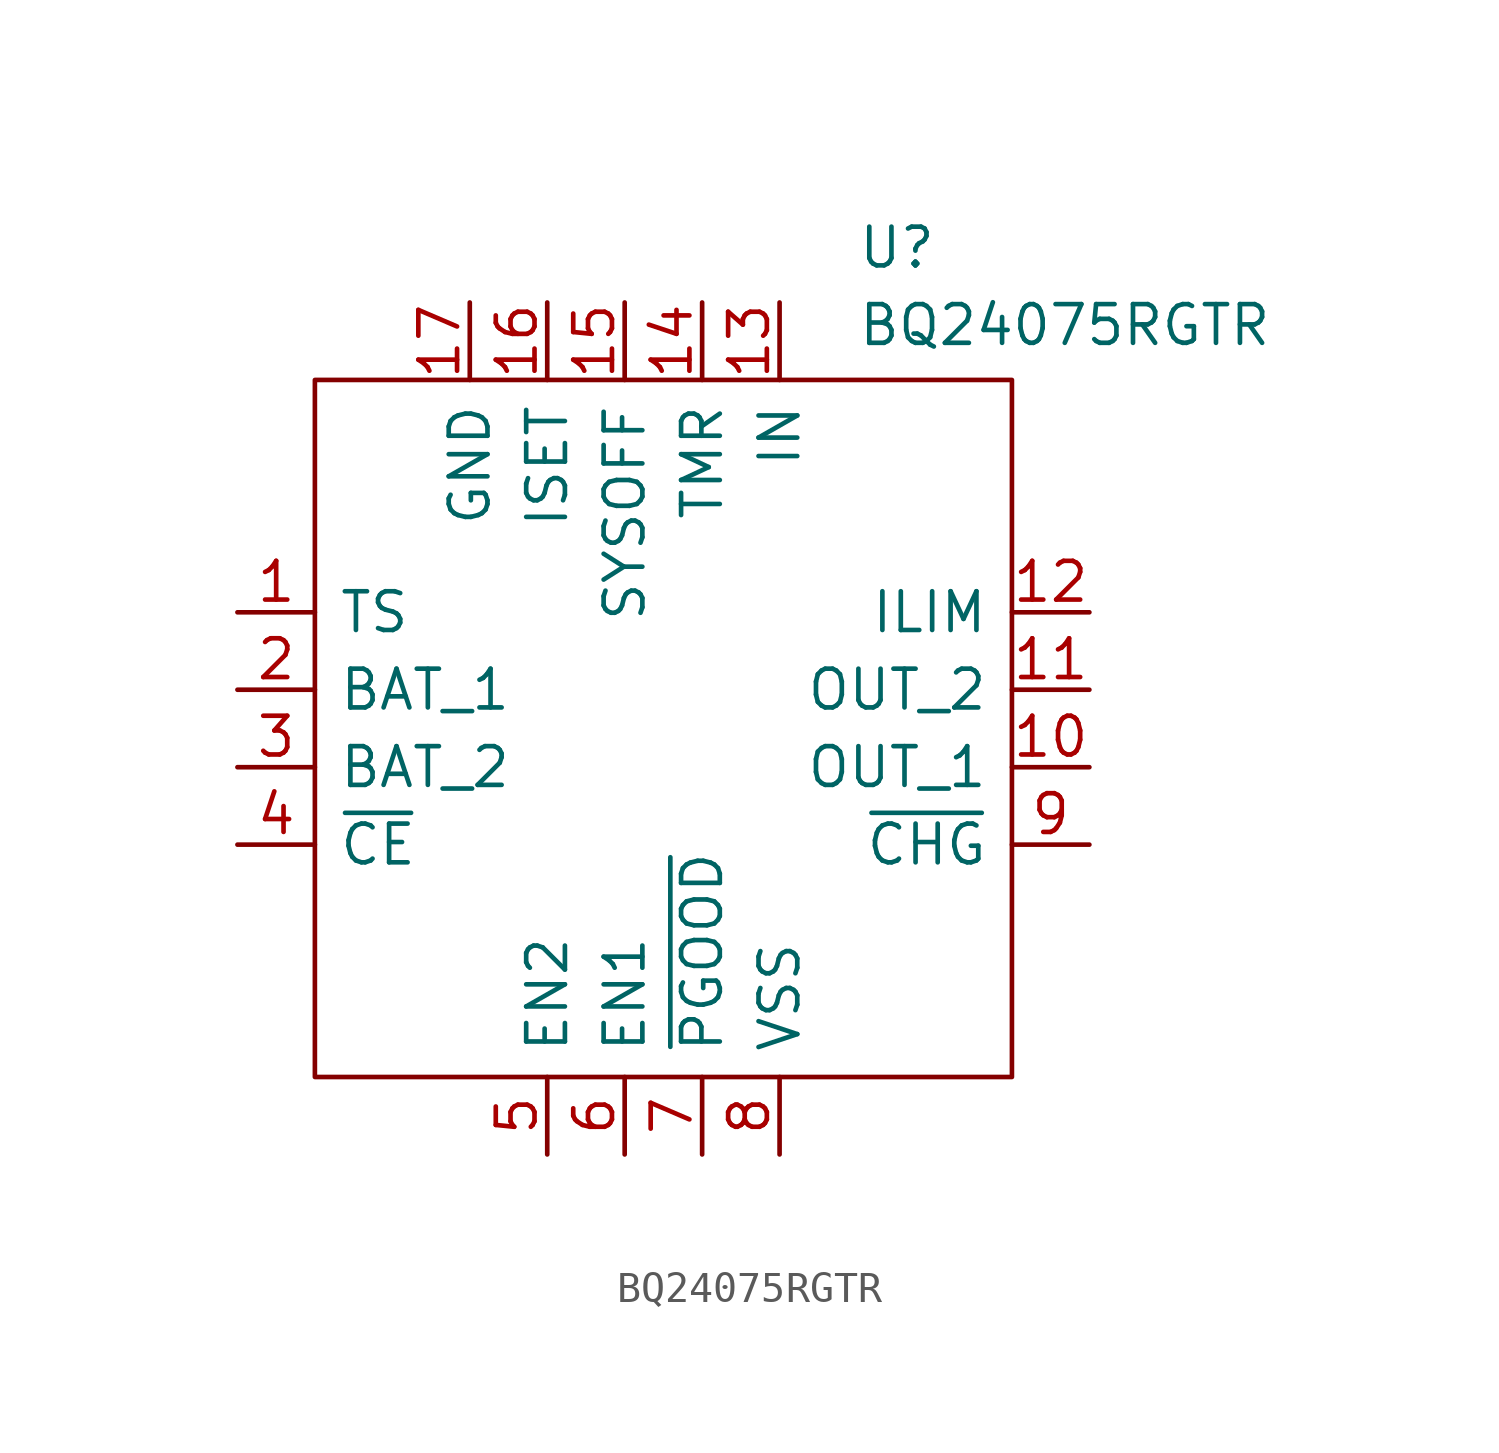
<source format=kicad_sym>
(kicad_symbol_lib
  (version 20241209)
  (generator "kicad_symbol_editor")
  (generator_version "9.0")
  (symbol "BQ24075RGTR"
    (pin_names
      (offset 0.762))
    (property "Reference" "U"
      (at 20.32 12.7 0)
      (effects (font (size 1.27 1.27)) (justify left top)))
    (property "Value" "BQ24075RGTR"
      (at 20.32 10.16 0)
      (effects (font (size 1.27 1.27)) (justify left top)))
    (symbol "BQ24075RGTR_0_0"
      (pin passive line (at 0 0 0) (length 2.54) (name "TS" (effects (font (size 1.27 1.27)))) (number "1" (effects (font (size 1.27 1.27)))))
      (pin passive line (at 0 -2.54 0) (length 2.54) (name "BAT_1" (effects (font (size 1.27 1.27)))) (number "2" (effects (font (size 1.27 1.27)))))
      (pin passive line (at 0 -5.08 0) (length 2.54) (name "BAT_2" (effects (font (size 1.27 1.27)))) (number "3" (effects (font (size 1.27 1.27)))))
      (pin passive line (at 0 -7.62 0) (length 2.54) (name "~{CE}" (effects (font (size 1.27 1.27)))) (number "4" (effects (font (size 1.27 1.27)))))
      (pin passive line (at 7.62 10.16 270) (length 2.54) (name "GND" (effects (font (size 1.27 1.27)))) (number "17" (effects (font (size 1.27 1.27)))))
      (pin passive line (at 10.16 10.16 270) (length 2.54) (name "ISET" (effects (font (size 1.27 1.27)))) (number "16" (effects (font (size 1.27 1.27)))))
      (pin passive line (at 10.16 -17.78 90) (length 2.54) (name "EN2" (effects (font (size 1.27 1.27)))) (number "5" (effects (font (size 1.27 1.27)))))
      (pin passive line (at 12.7 10.16 270) (length 2.54) (name "SYSOFF" (effects (font (size 1.27 1.27)))) (number "15" (effects (font (size 1.27 1.27)))))
      (pin passive line (at 12.7 -17.78 90) (length 2.54) (name "EN1" (effects (font (size 1.27 1.27)))) (number "6" (effects (font (size 1.27 1.27)))))
      (pin passive line (at 15.24 10.16 270) (length 2.54) (name "TMR" (effects (font (size 1.27 1.27)))) (number "14" (effects (font (size 1.27 1.27)))))
      (pin passive line (at 15.24 -17.78 90) (length 2.54) (name "~{PGOOD}" (effects (font (size 1.27 1.27)))) (number "7" (effects (font (size 1.27 1.27)))))
      (pin passive line (at 17.78 10.16 270) (length 2.54) (name "IN" (effects (font (size 1.27 1.27)))) (number "13" (effects (font (size 1.27 1.27)))))
      (pin passive line (at 17.78 -17.78 90) (length 2.54) (name "VSS" (effects (font (size 1.27 1.27)))) (number "8" (effects (font (size 1.27 1.27)))))
      (pin passive line (at 27.94 0 180) (length 2.54) (name "ILIM" (effects (font (size 1.27 1.27)))) (number "12" (effects (font (size 1.27 1.27)))))
      (pin passive line (at 27.94 -2.54 180) (length 2.54) (name "OUT_2" (effects (font (size 1.27 1.27)))) (number "11" (effects (font (size 1.27 1.27)))))
      (pin passive line (at 27.94 -5.08 180) (length 2.54) (name "OUT_1" (effects (font (size 1.27 1.27)))) (number "10" (effects (font (size 1.27 1.27)))))
      (pin passive line (at 27.94 -7.62 180) (length 2.54) (name "~{CHG}" (effects (font (size 1.27 1.27)))) (number "9" (effects (font (size 1.27 1.27))))))
    (symbol "BQ24075RGTR_0_1"
      (rectangle (start 2.54 7.62) (end 25.4 -15.24) (stroke (width 0.152) (type default)) (fill (type none))))))
</source>
